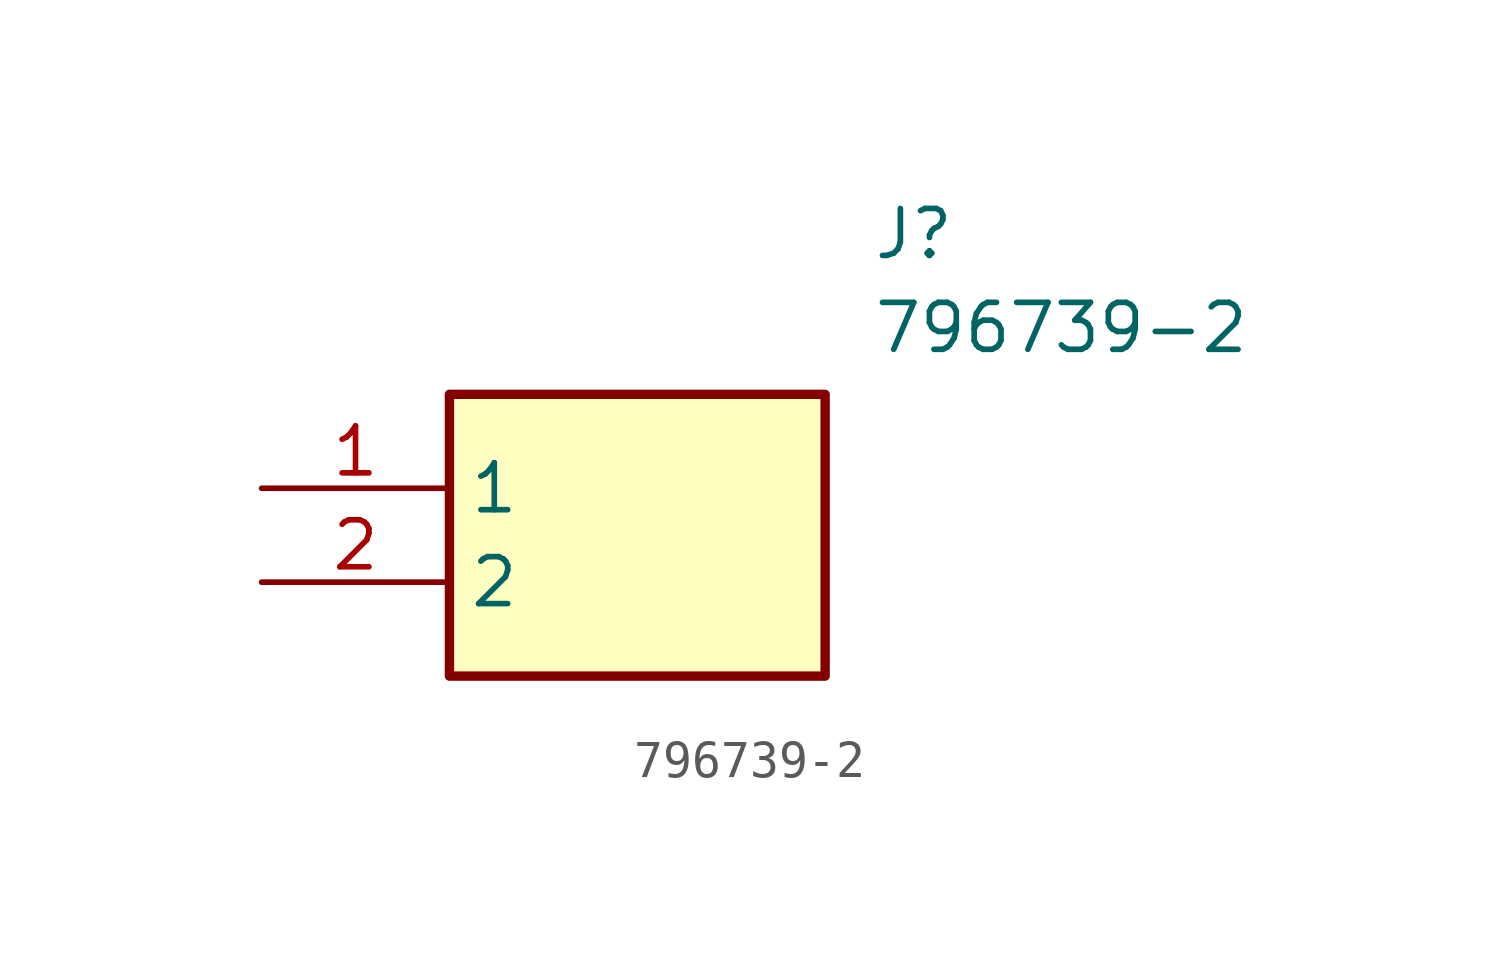
<source format=kicad_sym>
(kicad_symbol_lib
  (version 20211014)
  (generator SamacSys_ECAD_Model)
  (symbol "796739-2"
    (property "Reference" "J"
      (at 16.51 7.62 0)
      (effects (font (size 1.27 1.27)) (justify left top)))
    (property "Value" "796739-2"
      (at 16.51 5.08 0)
      (effects (font (size 1.27 1.27)) (justify left top)))
    (rectangle
      (start 5.08 2.54)
      (end 15.24 -5.08)
      (stroke (width 0.254) (type default))
      (fill (type background)))
    (pin passive line
      (at 0 0 0)
      (length 5.08)
      (name "1" (effects (font (size 1.27 1.27))))
      (number "1" (effects (font (size 1.27 1.27)))))
    (pin passive line
      (at 0 -2.54 0)
      (length 5.08)
      (name "2" (effects (font (size 1.27 1.27))))
      (number "2" (effects (font (size 1.27 1.27)))))))
</source>
